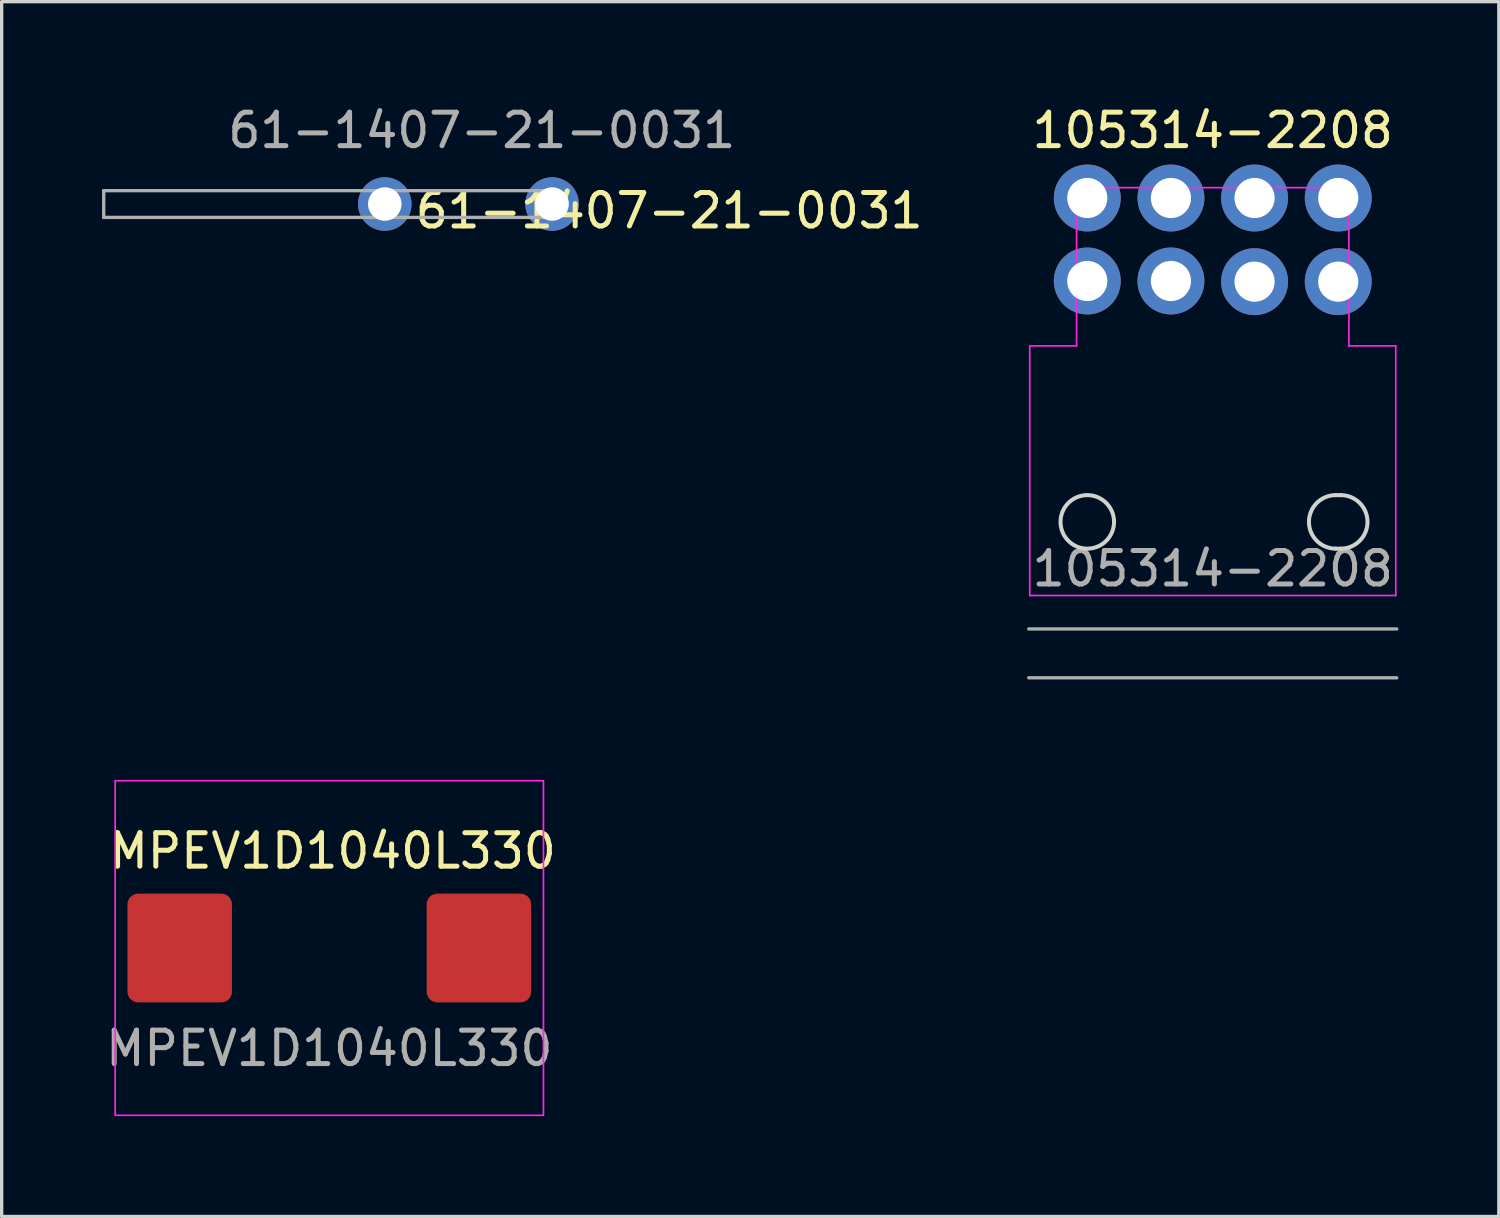
<source format=kicad_pcb>
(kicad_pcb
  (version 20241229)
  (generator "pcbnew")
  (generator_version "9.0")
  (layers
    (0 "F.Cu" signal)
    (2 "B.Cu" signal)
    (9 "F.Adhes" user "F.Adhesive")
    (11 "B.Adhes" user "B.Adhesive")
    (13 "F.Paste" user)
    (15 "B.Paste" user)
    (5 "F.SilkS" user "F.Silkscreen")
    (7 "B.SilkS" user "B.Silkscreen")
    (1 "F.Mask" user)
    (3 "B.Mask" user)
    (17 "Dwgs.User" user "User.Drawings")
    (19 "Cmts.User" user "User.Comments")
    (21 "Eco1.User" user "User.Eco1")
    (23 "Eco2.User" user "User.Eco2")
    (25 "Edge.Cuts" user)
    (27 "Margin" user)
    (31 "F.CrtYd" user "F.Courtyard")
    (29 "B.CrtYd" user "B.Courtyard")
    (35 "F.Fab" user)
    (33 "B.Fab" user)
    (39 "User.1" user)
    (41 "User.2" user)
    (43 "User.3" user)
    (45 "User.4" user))
  (footprint "61-1407-21-0031"
    (layer "F.Cu")
    (at 10.95 3.048)
    (property "Reference" "61-1407-21-0031" (at 6 0.2 0) (unlocked yes) (layer "F.SilkS") (effects (font (size 1 1) (thickness 0.15))))
    (attr through_hole)
    (fp_line (start -10.9 -0.4) (end -10.9 0.4) (stroke (width 0.1) (type solid)) (layer "F.Fab"))
    (fp_line (start -10.9 0.4) (end 2.6 0.4) (stroke (width 0.1) (type solid)) (layer "F.Fab"))
    (fp_line (start 2.6 -0.4) (end -10.9 -0.4) (stroke (width 0.1) (type solid)) (layer "F.Fab"))
    (fp_line (start 2.6 0.4) (end 2.6 -0.4) (stroke (width 0.1) (type solid)) (layer "F.Fab"))
    (fp_text user "${REFERENCE}" (at 0.4 -2.2 0) (unlocked yes) (layer "F.Fab") (effects (font (size 1 1) (thickness 0.15))))
    (pad "1" thru_hole circle (at -2.5 0) (size 1.6 1.6) (drill 1) (layers "*.Cu" "*.Mask"))
    (pad "1" thru_hole circle (at 2.5 0) (size 1.6 1.6) (drill 1) (layers "*.Cu" "*.Mask")))
  (footprint "105314-2208"
    (layer "F.Cu")
    (at 33.196 12.548)
    (property "Reference" "105314-2208" (at 0 -11.7 0) (unlocked yes) (layer "F.SilkS") (effects (font (size 1 1) (thickness 0.15))))
    (attr through_hole)
    (fp_line (start 3.675 -0.8) (end 3.825 -0.8) (stroke (width 0.12) (type solid)) (layer "Edge.Cuts"))
    (fp_line (start 3.675 0.8) (end 3.825 0.8) (stroke (width 0.12) (type solid)) (layer "Edge.Cuts"))
    (fp_arc (start 3.675 0.8) (mid 2.875 0) (end 3.675 -0.8) (stroke (width 0.12) (type solid)) (layer "Edge.Cuts"))
    (fp_arc (start 3.825 -0.8) (mid 4.625 0) (end 3.825 0.8) (stroke (width 0.12) (type solid)) (layer "Edge.Cuts"))
    (fp_circle (center -3.75 0) (end -2.95 0) (stroke (width 0.12) (type solid)) (fill no) (layer "Edge.Cuts"))
    (fp_line (start -5.47 -5.26) (end -4.07 -5.26) (stroke (width 0.05) (type solid)) (layer "F.CrtYd"))
    (fp_line (start -5.47 2.2) (end -5.47 -5.26) (stroke (width 0.05) (type solid)) (layer "F.CrtYd"))
    (fp_line (start -5.47 2.2) (end 5.47 2.2) (stroke (width 0.05) (type solid)) (layer "F.CrtYd"))
    (fp_line (start -4.07 -9.99) (end 4.07 -9.99) (stroke (width 0.05) (type solid)) (layer "F.CrtYd"))
    (fp_line (start -4.07 -5.26) (end -4.07 -9.99) (stroke (width 0.05) (type solid)) (layer "F.CrtYd"))
    (fp_line (start 4.07 -5.26) (end 4.07 -9.99) (stroke (width 0.05) (type solid)) (layer "F.CrtYd"))
    (fp_line (start 5.47 -5.26) (end 4.07 -5.26) (stroke (width 0.05) (type solid)) (layer "F.CrtYd"))
    (fp_line (start 5.47 2.2) (end 5.47 -5.26) (stroke (width 0.05) (type solid)) (layer "F.CrtYd"))
    (fp_line (start -5.5 3.2) (end 5.5 3.2) (stroke (width 0.1) (type solid)) (layer "F.Fab"))
    (fp_line (start -5.5 4.66) (end 5.5 4.66) (stroke (width 0.1) (type solid)) (layer "F.Fab"))
    (fp_text user "${REFERENCE}" (at 0 1.4 0) (unlocked yes) (layer "F.Fab") (effects (font (size 1 1) (thickness 0.15))))
    (pad "1" thru_hole circle (at 3.75 -7.18) (size 2 2) (drill 1.2) (layers "*.Cu" "*.Mask"))
    (pad "2" thru_hole circle (at 1.25 -7.18) (size 2 2) (drill 1.2) (layers "*.Cu" "*.Mask"))
    (pad "3" thru_hole circle (at -1.25 -7.2) (size 2 2) (drill 1.2) (layers "*.Cu" "*.Mask"))
    (pad "4" thru_hole circle (at -3.75 -7.2) (size 2 2) (drill 1.2) (layers "*.Cu" "*.Mask"))
    (pad "5" thru_hole circle (at 3.75 -9.68) (size 2 2) (drill 1.2) (layers "*.Cu" "*.Mask"))
    (pad "6" thru_hole circle (at 1.25 -9.68) (size 2 2) (drill 1.2) (layers "*.Cu" "*.Mask"))
    (pad "7" thru_hole circle (at -1.25 -9.68) (size 2 2) (drill 1.2) (layers "*.Cu" "*.Mask"))
    (pad "8" thru_hole circle (at -3.75 -9.68) (size 2 2) (drill 1.2) (layers "*.Cu" "*.Mask")))
  (footprint "MPEV1D1040L330"
    (layer "F.Cu")
    (at 6.792 25.283)
    (property "Reference" "MPEV1D1040L330" (at 0.1 -2.9 0) (unlocked yes) (layer "F.SilkS") (effects (font (size 1 1) (thickness 0.15))))
    (attr smd)
    (fp_rect (start -6.4 -5) (end 6.4 5) (stroke (width 0.05) (type solid)) (fill no) (layer "F.CrtYd"))
    (fp_text user "${REFERENCE}" (at 0 3 0) (unlocked yes) (layer "F.Fab") (effects (font (size 1 1) (thickness 0.15))))
    (pad "1" smd roundrect (at -4.471 0) (size 3.122 3.251) (layers "F.Cu" "F.Mask" "F.Paste") (roundrect_rratio 0.1))
    (pad "2" smd roundrect (at 4.471 0) (size 3.122 3.251) (layers "F.Cu" "F.Mask" "F.Paste") (roundrect_rratio 0.1)))
  (gr_rect
    (start -3 -3)
    (end 41.746 33.308)
    (stroke (width 0.1) (type default))
    (fill no)
    (layer "Edge.Cuts")))
</source>
